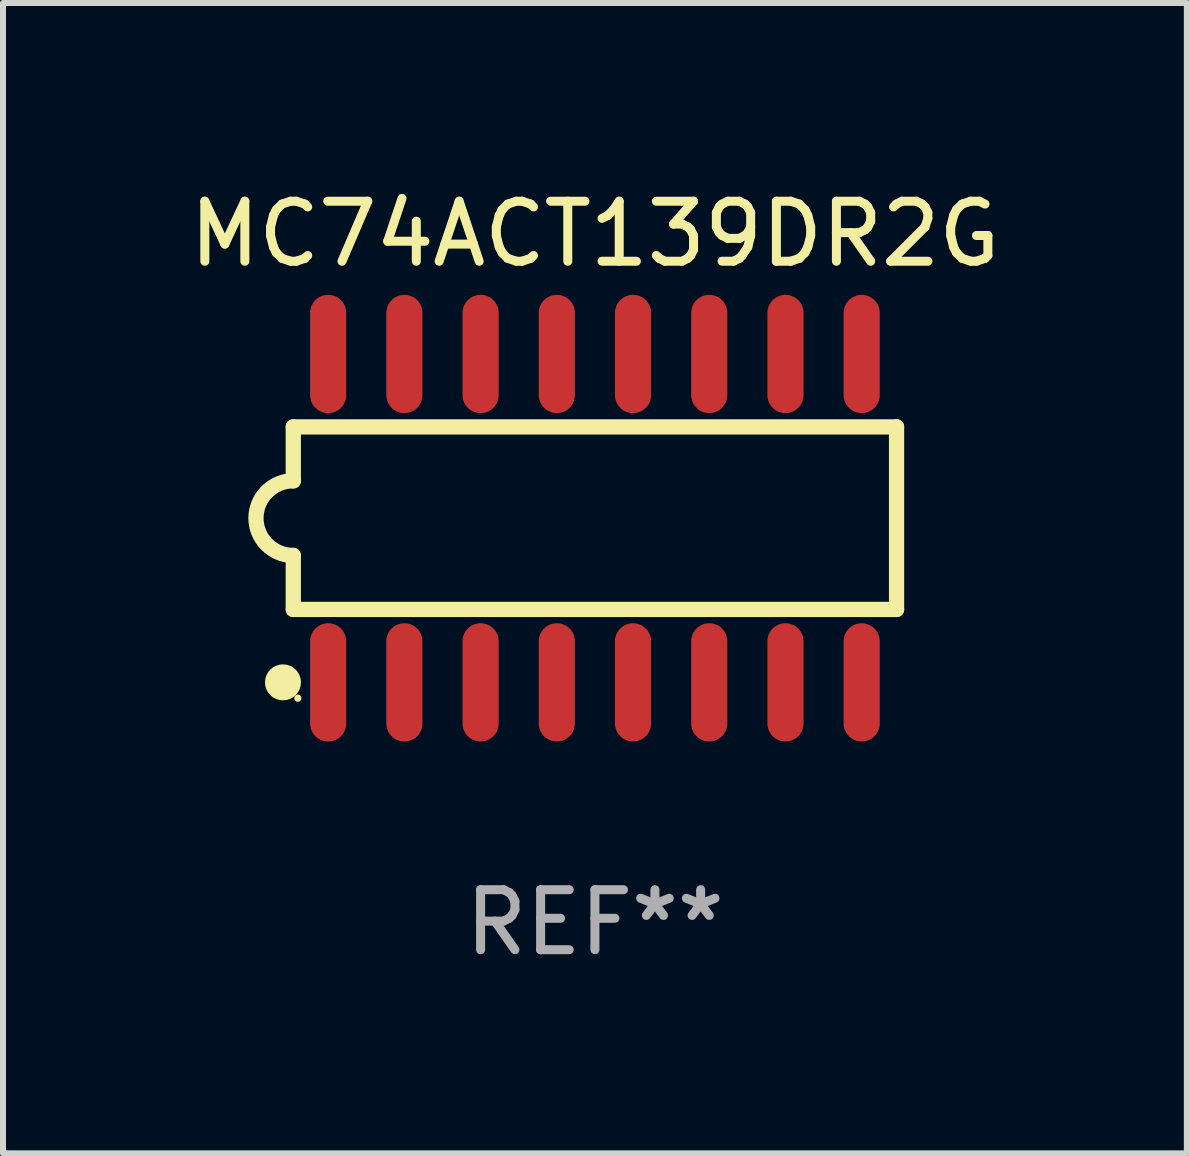
<source format=kicad_pcb>
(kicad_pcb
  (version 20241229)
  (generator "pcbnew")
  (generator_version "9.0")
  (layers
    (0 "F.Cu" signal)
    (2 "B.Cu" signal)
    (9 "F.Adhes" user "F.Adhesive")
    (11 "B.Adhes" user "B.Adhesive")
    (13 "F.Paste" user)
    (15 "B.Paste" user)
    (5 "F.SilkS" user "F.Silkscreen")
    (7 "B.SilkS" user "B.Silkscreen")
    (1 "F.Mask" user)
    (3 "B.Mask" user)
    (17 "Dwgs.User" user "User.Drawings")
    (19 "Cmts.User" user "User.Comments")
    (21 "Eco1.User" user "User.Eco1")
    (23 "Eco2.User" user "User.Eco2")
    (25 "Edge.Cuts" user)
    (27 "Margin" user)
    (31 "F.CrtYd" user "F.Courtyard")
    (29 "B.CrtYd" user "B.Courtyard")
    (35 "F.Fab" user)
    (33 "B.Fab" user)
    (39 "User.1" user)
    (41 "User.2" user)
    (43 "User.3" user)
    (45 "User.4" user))
  (footprint "MC74ACT139DR2G"
    (layer "F.Cu")
    (at 6.863 5.584)
    (property "Reference" "MC74ACT139DR2G" (at 0 -4.736 0) (layer "F.SilkS") (effects (font (size 1 1) (thickness 0.15))))
    (attr through_hole)
    (fp_line (start -5.026 -1.521) (end -5.026 -0.621) (stroke (width 0.254) (type solid)) (layer "F.SilkS"))
    (fp_line (start -5.026 -1.521) (end 5.026 -1.521) (stroke (width 0.254) (type solid)) (layer "F.SilkS"))
    (fp_line (start -5.026 1.521) (end -5.026 0.621) (stroke (width 0.254) (type solid)) (layer "F.SilkS"))
    (fp_line (start 5.026 -1.521) (end 5.026 1.521) (stroke (width 0.254) (type solid)) (layer "F.SilkS"))
    (fp_line (start 5.026 1.521) (end -5.026 1.521) (stroke (width 0.254) (type solid)) (layer "F.SilkS"))
    (fp_arc (start -5.026187 0.621387) (mid -5.647752 -0.000787) (end -5.025781 -0.622555) (stroke (width 0.254001) (type solid)) (layer "F.SilkS"))
    (fp_circle (center -5.198 2.736) (end -5.048 2.736) (stroke (width 0.3) (type solid)) (fill no) (layer "F.SilkS"))
    (fp_circle (center -4.95 3) (end -4.92 3) (stroke (width 0.06) (type solid)) (fill no) (layer "F.SilkS"))
    (fp_text user "REF**" (at 0 6.736 0) (layer "F.Fab") (effects (font (size 1 1) (thickness 0.15))))
    (pad "1" smd oval (at -4.445 2.736) (size 0.602 1.971) (layers "F.Cu" "F.Mask" "F.Paste"))
    (pad "2" smd oval (at -3.175 2.736) (size 0.602 1.971) (layers "F.Cu" "F.Mask" "F.Paste"))
    (pad "3" smd oval (at -1.905 2.736) (size 0.602 1.971) (layers "F.Cu" "F.Mask" "F.Paste"))
    (pad "4" smd oval (at -0.635 2.736) (size 0.602 1.971) (layers "F.Cu" "F.Mask" "F.Paste"))
    (pad "5" smd oval (at 0.635 2.736) (size 0.602 1.971) (layers "F.Cu" "F.Mask" "F.Paste"))
    (pad "6" smd oval (at 1.905 2.736) (size 0.602 1.971) (layers "F.Cu" "F.Mask" "F.Paste"))
    (pad "7" smd oval (at 3.175 2.736) (size 0.602 1.971) (layers "F.Cu" "F.Mask" "F.Paste"))
    (pad "8" smd oval (at 4.445 2.736) (size 0.602 1.971) (layers "F.Cu" "F.Mask" "F.Paste"))
    (pad "9" smd oval (at 4.445 -2.736) (size 0.602 1.971) (layers "F.Cu" "F.Mask" "F.Paste"))
    (pad "10" smd oval (at 3.175 -2.736) (size 0.602 1.971) (layers "F.Cu" "F.Mask" "F.Paste"))
    (pad "11" smd oval (at 1.905 -2.736) (size 0.602 1.971) (layers "F.Cu" "F.Mask" "F.Paste"))
    (pad "12" smd oval (at 0.635 -2.736) (size 0.602 1.971) (layers "F.Cu" "F.Mask" "F.Paste"))
    (pad "13" smd oval (at -0.635 -2.736) (size 0.602 1.971) (layers "F.Cu" "F.Mask" "F.Paste"))
    (pad "14" smd oval (at -1.905 -2.736) (size 0.602 1.971) (layers "F.Cu" "F.Mask" "F.Paste"))
    (pad "15" smd oval (at -3.175 -2.736) (size 0.602 1.971) (layers "F.Cu" "F.Mask" "F.Paste"))
    (pad "16" smd oval (at -4.445 -2.736) (size 0.602 1.971) (layers "F.Cu" "F.Mask" "F.Paste")))
  (gr_rect
    (start -3 -3)
    (end 16.726 16.168)
    (stroke (width 0.1) (type default))
    (fill no)
    (layer "Edge.Cuts")))
</source>
